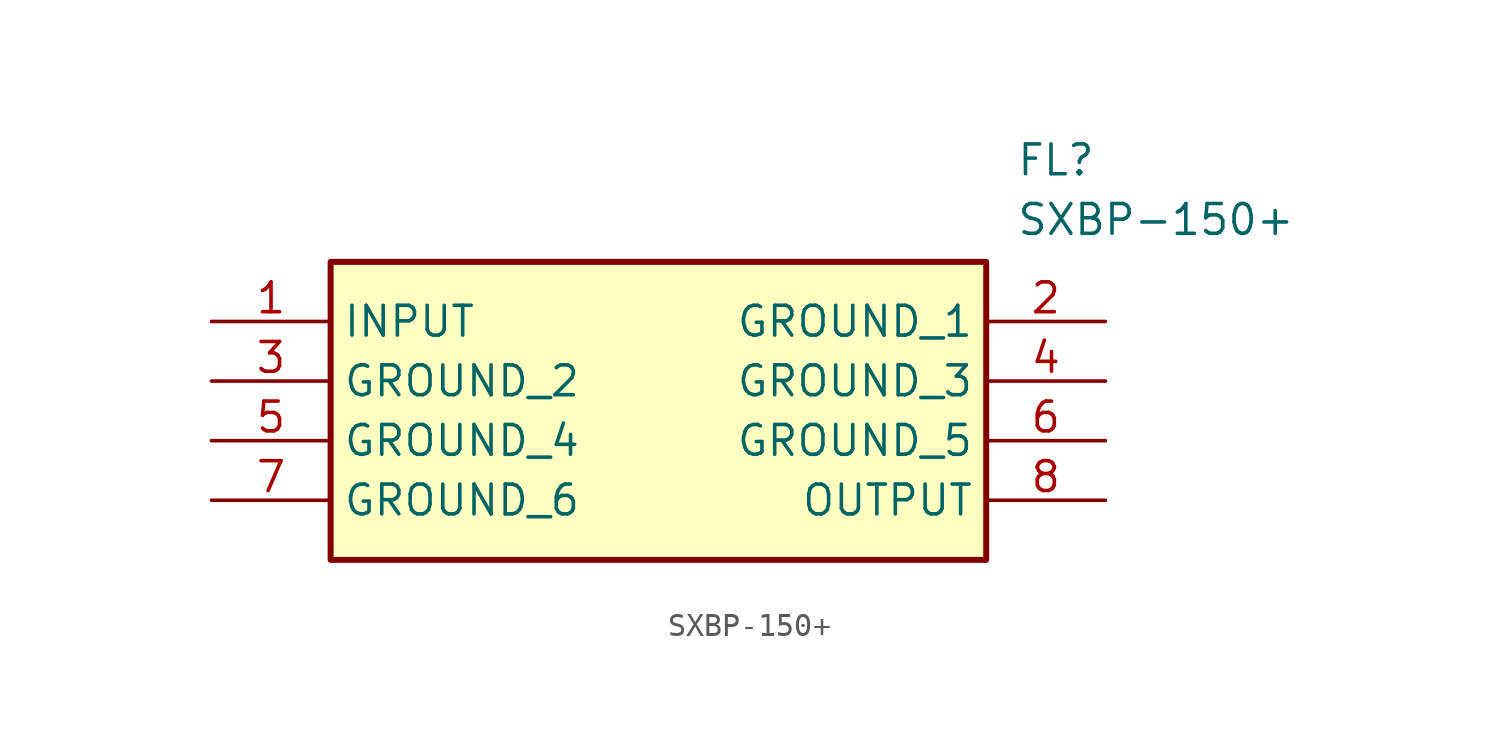
<source format=kicad_sym>
(kicad_symbol_lib
  (version 20211014)
  (generator SamacSys_ECAD_Model)
  (symbol "SXBP-150+"
    (property "Reference" "FL"
      (at 34.29 7.62 0)
      (effects (font (size 1.27 1.27)) (justify left top)))
    (property "Value" "SXBP-150+"
      (at 34.29 5.08 0)
      (effects (font (size 1.27 1.27)) (justify left top)))
    (rectangle
      (start 5.08 2.54)
      (end 33.02 -10.16)
      (stroke (width 0.254) (type default))
      (fill (type background)))
    (pin passive line
      (at 0 0 0)
      (length 5.08)
      (name "INPUT" (effects (font (size 1.27 1.27))))
      (number "1" (effects (font (size 1.27 1.27)))))
    (pin passive line
      (at 38.1 0 180)
      (length 5.08)
      (name "GROUND_1" (effects (font (size 1.27 1.27))))
      (number "2" (effects (font (size 1.27 1.27)))))
    (pin passive line
      (at 0 -2.54 0)
      (length 5.08)
      (name "GROUND_2" (effects (font (size 1.27 1.27))))
      (number "3" (effects (font (size 1.27 1.27)))))
    (pin passive line
      (at 38.1 -2.54 180)
      (length 5.08)
      (name "GROUND_3" (effects (font (size 1.27 1.27))))
      (number "4" (effects (font (size 1.27 1.27)))))
    (pin passive line
      (at 0 -5.08 0)
      (length 5.08)
      (name "GROUND_4" (effects (font (size 1.27 1.27))))
      (number "5" (effects (font (size 1.27 1.27)))))
    (pin passive line
      (at 38.1 -5.08 180)
      (length 5.08)
      (name "GROUND_5" (effects (font (size 1.27 1.27))))
      (number "6" (effects (font (size 1.27 1.27)))))
    (pin passive line
      (at 0 -7.62 0)
      (length 5.08)
      (name "GROUND_6" (effects (font (size 1.27 1.27))))
      (number "7" (effects (font (size 1.27 1.27)))))
    (pin passive line
      (at 38.1 -7.62 180)
      (length 5.08)
      (name "OUTPUT" (effects (font (size 1.27 1.27))))
      (number "8" (effects (font (size 1.27 1.27)))))))
</source>
